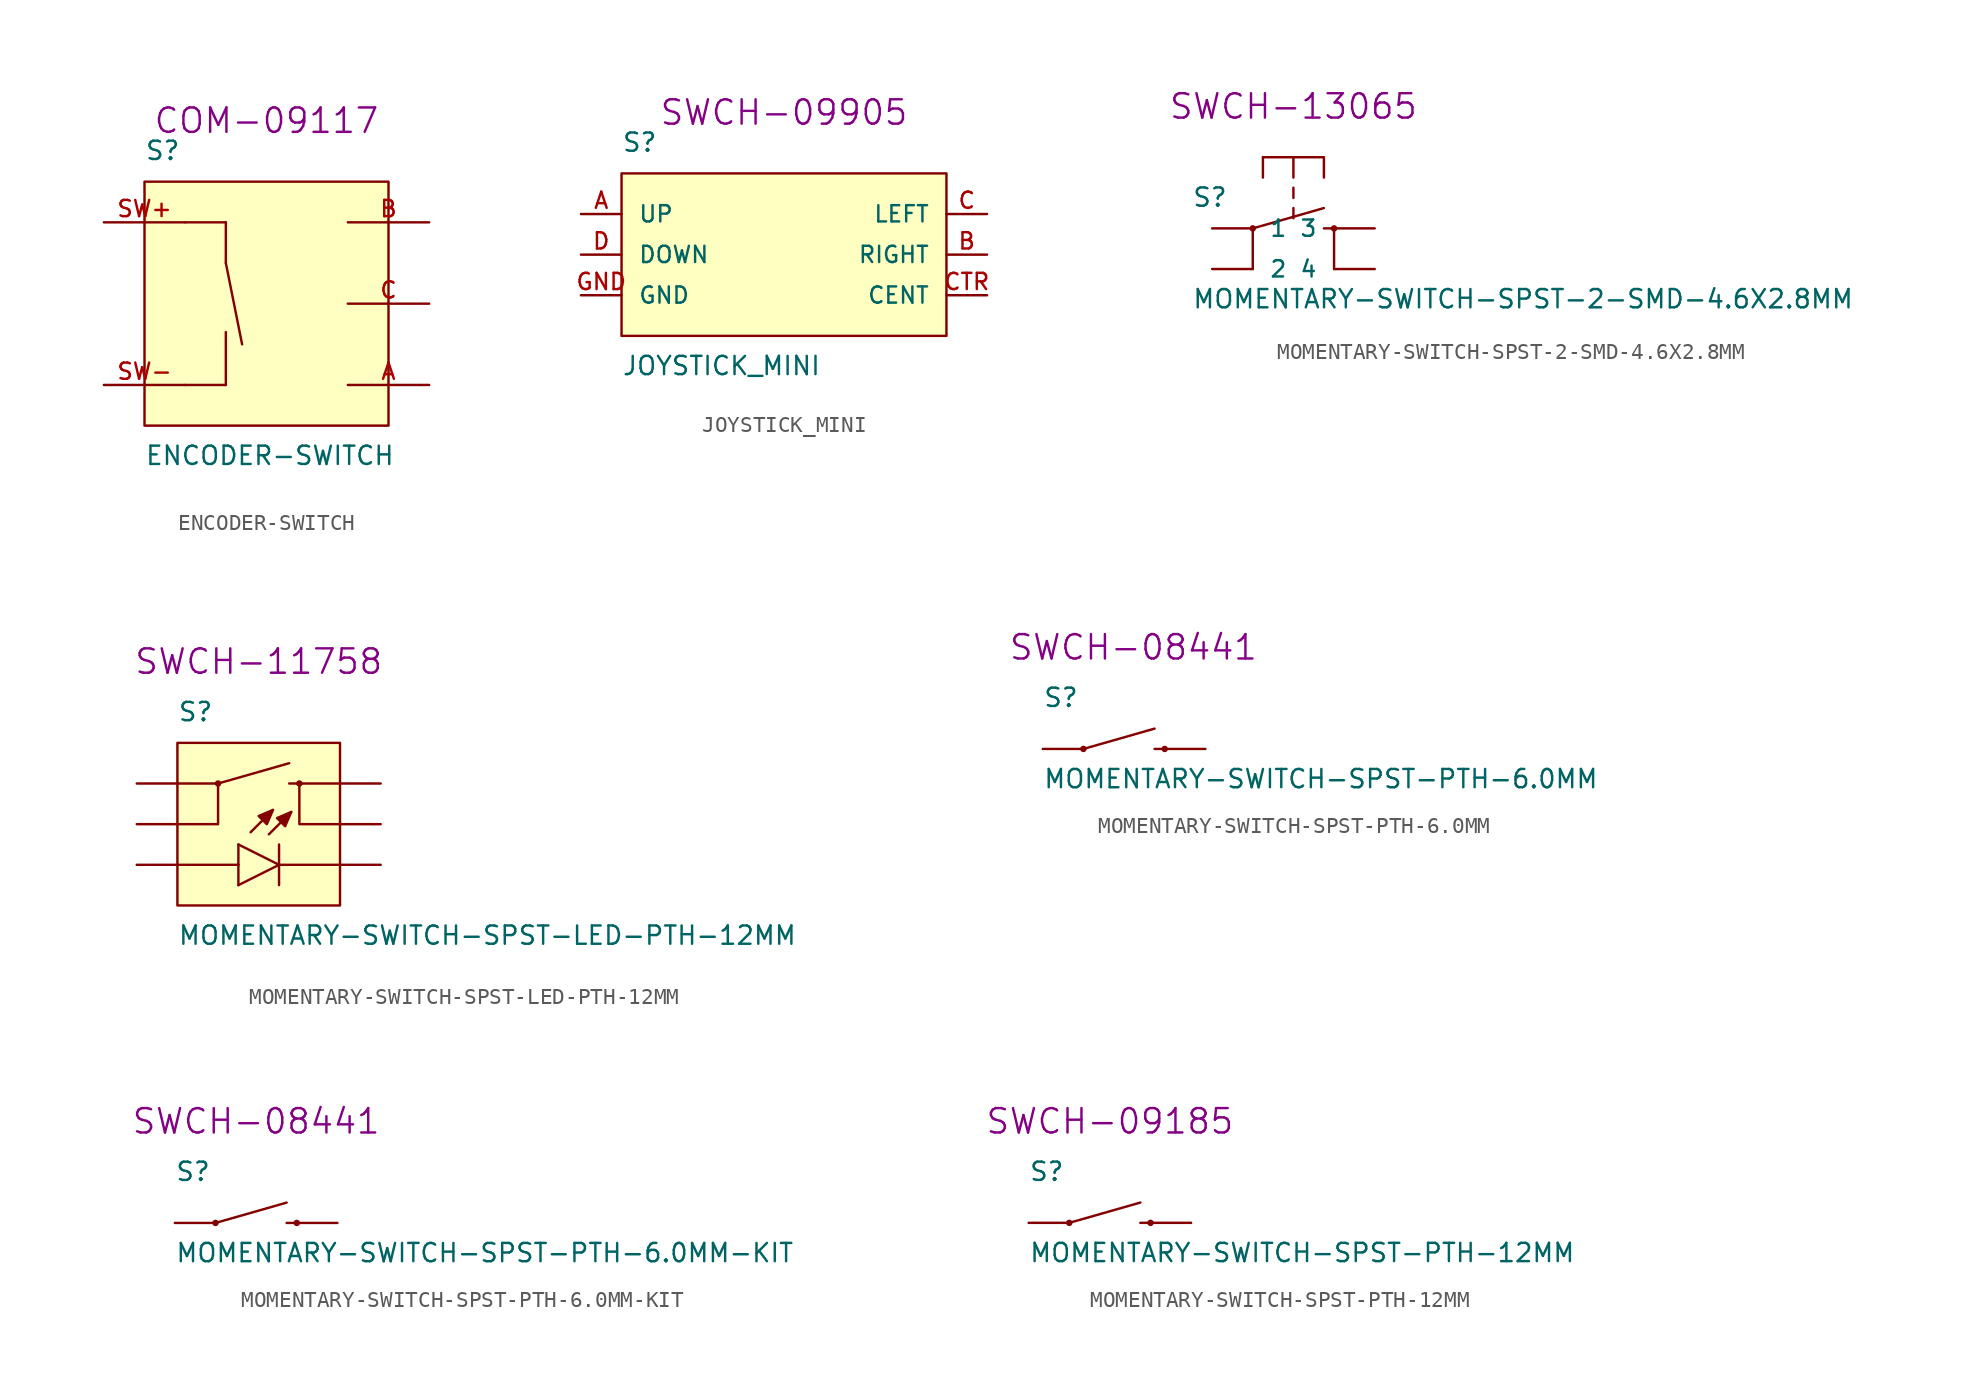
<source format=kicad_sym>
(kicad_symbol_lib
  (version 20211014)
  (generator kicad_symbol_editor)
  (symbol "ENCODER-SWITCH"
    (pin_names
      (offset 1.016) hide)
    (property "Reference" "S"
      (at -7.62 8.89 0)
      (effects (font (size 1.143 1.143)) (justify left bottom)))
    (property "Value" "ENCODER-SWITCH"
      (at -7.62 -10.16 0)
      (effects (font (size 1.143 1.143)) (justify left bottom)))
    (property "Field4" "COM-09117"
      (at 0 11.43 0)
      (effects (font (size 1.524 1.524))))
    (property "ki_locked" ""
      (at 0 0 0)
      (effects (font (size 1.27 1.27))))
    (symbol "ENCODER-SWITCH_1_0"
      (polyline (pts (xy -5.08 -5.08) (xy -2.54 -5.08)) (stroke (width 0) (type default) (color 0 0 0 0)) (fill (type none)))
      (polyline (pts (xy -5.08 5.08) (xy -2.54 5.08)) (stroke (width 0) (type default) (color 0 0 0 0)) (fill (type none)))
      (polyline (pts (xy -2.54 -5.08) (xy -2.54 -1.778)) (stroke (width 0) (type default) (color 0 0 0 0)) (fill (type none)))
      (polyline (pts (xy -2.54 2.54) (xy -1.524 -2.54)) (stroke (width 0) (type default) (color 0 0 0 0)) (fill (type none)))
      (polyline (pts (xy -2.54 5.08) (xy -2.54 2.54)) (stroke (width 0) (type default) (color 0 0 0 0)) (fill (type none))))
    (symbol "ENCODER-SWITCH_1_1"
      (polyline (pts (xy -7.62 7.62) (xy 7.62 7.62) (xy 7.62 -7.62) (xy -7.62 -7.62) (xy -7.62 7.62)) (stroke (width 0) (type default) (color 0 0 0 0)) (fill (type background)))
      (pin bidirectional line (at 10.16 -5.08 180) (length 5.08) (name "A" (effects (font (size 1.016 1.016)))) (number "A" (effects (font (size 1.016 1.016)))))
      (pin bidirectional line (at 10.16 5.08 180) (length 5.08) (name "B" (effects (font (size 1.016 1.016)))) (number "B" (effects (font (size 1.016 1.016)))))
      (pin bidirectional line (at 10.16 0 180) (length 5.08) (name "C" (effects (font (size 1.016 1.016)))) (number "C" (effects (font (size 1.016 1.016)))))
      (pin bidirectional line (at -10.16 5.08 0) (length 5.08) (name "SW+" (effects (font (size 1.016 1.016)))) (number "SW+" (effects (font (size 1.016 1.016)))))
      (pin bidirectional line (at -10.16 -5.08 0) (length 5.08) (name "SW-" (effects (font (size 1.016 1.016)))) (number "SW-" (effects (font (size 1.016 1.016)))))))
  (symbol "JOYSTICK_MINI"
    (pin_names
      (offset 1.016))
    (property "Reference" "S"
      (at -10.16 6.35 0)
      (effects (font (size 1.143 1.143)) (justify left bottom)))
    (property "Value" "JOYSTICK_MINI"
      (at -10.16 -7.62 0)
      (effects (font (size 1.143 1.143)) (justify left bottom)))
    (property "Field4" "SWCH-09905"
      (at 0 8.89 0)
      (effects (font (size 1.524 1.524))))
    (property "ki_locked" ""
      (at 0 0 0)
      (effects (font (size 1.27 1.27))))
    (symbol "JOYSTICK_MINI_1_1"
      (polyline (pts (xy -10.16 5.08) (xy 10.16 5.08) (xy 10.16 -5.08) (xy -10.16 -5.08) (xy -10.16 5.08)) (stroke (width 0) (type default) (color 0 0 0 0)) (fill (type background)))
      (pin bidirectional line (at -12.7 2.54 0) (length 2.54) (name "UP" (effects (font (size 1.016 1.016)))) (number "A" (effects (font (size 1.016 1.016)))))
      (pin bidirectional line (at 12.7 0 180) (length 2.54) (name "RIGHT" (effects (font (size 1.016 1.016)))) (number "B" (effects (font (size 1.016 1.016)))))
      (pin bidirectional line (at 12.7 2.54 180) (length 2.54) (name "LEFT" (effects (font (size 1.016 1.016)))) (number "C" (effects (font (size 1.016 1.016)))))
      (pin bidirectional line (at 12.7 -2.54 180) (length 2.54) (name "CENT" (effects (font (size 1.016 1.016)))) (number "CTR" (effects (font (size 1.016 1.016)))))
      (pin bidirectional line (at -12.7 0 0) (length 2.54) (name "DOWN" (effects (font (size 1.016 1.016)))) (number "D" (effects (font (size 1.016 1.016)))))
      (pin bidirectional line (at -12.7 -2.54 0) (length 2.54) (name "GND" (effects (font (size 1.016 1.016)))) (number "GND" (effects (font (size 1.016 1.016)))))))
  (symbol "MOMENTARY-SWITCH-SPST-2-SMD-4.6X2.8MM"
    (pin_numbers hide)
    (pin_names
      (offset 1.016))
    (property "Reference" "S"
      (at -6.35 1.27 0)
      (effects (font (size 1.143 1.143)) (justify left bottom)))
    (property "Value" "MOMENTARY-SWITCH-SPST-2-SMD-4.6X2.8MM"
      (at -6.35 -5.08 0)
      (effects (font (size 1.143 1.143)) (justify left bottom)))
    (property "Field4" "SWCH-13065"
      (at 0 7.62 0)
      (effects (font (size 1.524 1.524))))
    (property "ki_locked" ""
      (at 0 0 0)
      (effects (font (size 1.27 1.27))))
    (symbol "MOMENTARY-SWITCH-SPST-2-SMD-4.6X2.8MM_1_0"
      (polyline (pts (xy -2.54 -2.54) (xy -2.54 0)) (stroke (width 0) (type default) (color 0 0 0 0)) (fill (type none)))
      (polyline (pts (xy -2.54 0) (xy 1.905 1.27)) (stroke (width 0) (type default) (color 0 0 0 0)) (fill (type none)))
      (polyline (pts (xy -1.905 4.445) (xy -1.905 3.175)) (stroke (width 0) (type default) (color 0 0 0 0)) (fill (type none)))
      (polyline (pts (xy 0 1.27) (xy 0 0.635)) (stroke (width 0) (type default) (color 0 0 0 0)) (fill (type none)))
      (polyline (pts (xy 0 2.54) (xy 0 1.905)) (stroke (width 0) (type default) (color 0 0 0 0)) (fill (type none)))
      (polyline (pts (xy 0 4.445) (xy -1.905 4.445)) (stroke (width 0) (type default) (color 0 0 0 0)) (fill (type none)))
      (polyline (pts (xy 0 4.445) (xy 0 3.175)) (stroke (width 0) (type default) (color 0 0 0 0)) (fill (type none)))
      (polyline (pts (xy 1.905 0) (xy 2.54 0)) (stroke (width 0) (type default) (color 0 0 0 0)) (fill (type none)))
      (polyline (pts (xy 1.905 4.445) (xy 0 4.445)) (stroke (width 0) (type default) (color 0 0 0 0)) (fill (type none)))
      (polyline (pts (xy 1.905 4.445) (xy 1.905 3.175)) (stroke (width 0) (type default) (color 0 0 0 0)) (fill (type none)))
      (polyline (pts (xy 2.54 -2.54) (xy 2.54 0)) (stroke (width 0) (type default) (color 0 0 0 0)) (fill (type none))))
    (symbol "MOMENTARY-SWITCH-SPST-2-SMD-4.6X2.8MM_1_1"
      (circle (center -2.54 0) (radius 0.127) (stroke (width 0) (type default) (color 0 0 0 0)) (fill (type outline)))
      (circle (center 2.54 0) (radius 0.127) (stroke (width 0) (type default) (color 0 0 0 0)) (fill (type outline)))
      (pin passive line (at -5.08 0 0) (length 2.54) (name "1" (effects (font (size 1.016 1.016)))) (number "1" (effects (font (size 1.016 1.016)))))
      (pin passive line (at -5.08 -2.54 0) (length 2.54) (name "2" (effects (font (size 1.016 1.016)))) (number "2" (effects (font (size 1.016 1.016)))))
      (pin passive line (at 5.08 0 180) (length 2.54) (name "3" (effects (font (size 1.016 1.016)))) (number "3" (effects (font (size 1.016 1.016)))))
      (pin passive line (at 5.08 -2.54 180) (length 2.54) (name "4" (effects (font (size 1.016 1.016)))) (number "4" (effects (font (size 1.016 1.016)))))))
  (symbol "MOMENTARY-SWITCH-SPST-LED-PTH-12MM"
    (pin_numbers hide)
    (pin_names
      (offset 1.016) hide)
    (property "Reference" "S"
      (at -5.08 6.35 0)
      (effects (font (size 1.143 1.143)) (justify left bottom)))
    (property "Value" "MOMENTARY-SWITCH-SPST-LED-PTH-12MM"
      (at -5.08 -7.62 0)
      (effects (font (size 1.143 1.143)) (justify left bottom)))
    (property "Field4" "SWCH-11758"
      (at 0 10.16 0)
      (effects (font (size 1.524 1.524))))
    (property "ki_locked" ""
      (at 0 0 0)
      (effects (font (size 1.27 1.27))))
    (symbol "MOMENTARY-SWITCH-SPST-LED-PTH-12MM_1_0"
      (polyline (pts (xy -5.08 -2.54) (xy -1.27 -2.54)) (stroke (width 0) (type default) (color 0 0 0 0)) (fill (type none)))
      (polyline (pts (xy -5.08 2.54) (xy -2.54 2.54)) (stroke (width 0) (type default) (color 0 0 0 0)) (fill (type none)))
      (polyline (pts (xy -2.54 2.54) (xy 1.905 3.81)) (stroke (width 0) (type default) (color 0 0 0 0)) (fill (type none)))
      (polyline (pts (xy -1.27 -3.81) (xy -1.27 -2.54)) (stroke (width 0) (type default) (color 0 0 0 0)) (fill (type none)))
      (polyline (pts (xy -1.27 -3.81) (xy 1.27 -2.54)) (stroke (width 0) (type default) (color 0 0 0 0)) (fill (type none)))
      (polyline (pts (xy -1.27 -2.54) (xy -1.27 -1.27)) (stroke (width 0) (type default) (color 0 0 0 0)) (fill (type none)))
      (polyline (pts (xy -0.508 -0.508) (xy 0.889 0.889)) (stroke (width 0) (type default) (color 0 0 0 0)) (fill (type none)))
      (polyline (pts (xy 0.635 -0.635) (xy 2.032 0.762)) (stroke (width 0) (type default) (color 0 0 0 0)) (fill (type none)))
      (polyline (pts (xy 1.27 -3.81) (xy 1.27 -2.54)) (stroke (width 0) (type default) (color 0 0 0 0)) (fill (type none)))
      (polyline (pts (xy 1.27 -2.54) (xy -1.27 -1.27)) (stroke (width 0) (type default) (color 0 0 0 0)) (fill (type none)))
      (polyline (pts (xy 1.27 -2.54) (xy 1.27 -1.27)) (stroke (width 0) (type default) (color 0 0 0 0)) (fill (type none)))
      (polyline (pts (xy 1.27 -2.54) (xy 5.08 -2.54)) (stroke (width 0) (type default) (color 0 0 0 0)) (fill (type none)))
      (polyline (pts (xy 1.905 2.54) (xy 5.08 2.54)) (stroke (width 0) (type default) (color 0 0 0 0)) (fill (type none))))
    (symbol "MOMENTARY-SWITCH-SPST-LED-PTH-12MM_1_1"
      (circle (center -2.54 2.54) (radius 0.127) (stroke (width 0) (type default) (color 0 0 0 0)) (fill (type outline)))
      (polyline (pts (xy -5.08 0) (xy -2.54 0) (xy -2.54 2.54)) (stroke (width 0) (type default) (color 0 0 0 0)) (fill (type none)))
      (polyline (pts (xy 2.54 2.54) (xy 2.54 0) (xy 5.08 0) (xy 4.445 0)) (stroke (width 0) (type default) (color 0 0 0 0)) (fill (type none)))
      (polyline (pts (xy 0.889 0.889) (xy 0 0.508) (xy 0 0.508) (xy 0.508 0) (xy 0.508 0) (xy 0.889 0.889)) (stroke (width 0) (type default) (color 0 0 0 0)) (fill (type outline)))
      (polyline (pts (xy 2.032 0.762) (xy 1.143 0.381) (xy 1.143 0.381) (xy 1.651 -0.127) (xy 1.651 -0.127) (xy 2.032 0.762)) (stroke (width 0) (type default) (color 0 0 0 0)) (fill (type outline)))
      (polyline (pts (xy -5.08 5.08) (xy -5.08 2.54) (xy -5.08 -2.54) (xy -5.08 -5.08) (xy 5.08 -5.08) (xy 5.08 -2.54) (xy 5.08 2.54) (xy 5.08 5.08) (xy -5.08 5.08)) (stroke (width 0) (type default) (color 0 0 0 0)) (fill (type background)))
      (circle (center 2.54 2.54) (radius 0.127) (stroke (width 0) (type default) (color 0 0 0 0)) (fill (type outline)))
      (pin passive line (at 7.62 2.54 180) (length 2.54) (name "1" (effects (font (size 1.016 1.016)))) (number "1" (effects (font (size 1.016 1.016)))))
      (pin passive line (at 7.62 0 180) (length 2.54) (name "2" (effects (font (size 1.016 1.016)))) (number "2" (effects (font (size 1.016 1.016)))))
      (pin passive line (at -7.62 2.54 0) (length 2.54) (name "3" (effects (font (size 1.016 1.016)))) (number "3" (effects (font (size 1.016 1.016)))))
      (pin passive line (at -7.62 0 0) (length 2.54) (name "1" (effects (font (size 1.016 1.016)))) (number "4" (effects (font (size 1.016 1.016)))))
      (pin passive line (at -7.62 -2.54 0) (length 2.54) (name "A" (effects (font (size 1.016 1.016)))) (number "A" (effects (font (size 1.016 1.016)))))
      (pin passive line (at 7.62 -2.54 180) (length 2.54) (name "C" (effects (font (size 1.016 1.016)))) (number "C" (effects (font (size 1.016 1.016)))))))
  (symbol "MOMENTARY-SWITCH-SPST-PTH-6.0MM"
    (pin_numbers hide)
    (pin_names
      (offset 1.016) hide)
    (property "Reference" "S"
      (at -5.08 2.54 0)
      (effects (font (size 1.143 1.143)) (justify left bottom)))
    (property "Value" "MOMENTARY-SWITCH-SPST-PTH-6.0MM"
      (at -5.08 -2.54 0)
      (effects (font (size 1.143 1.143)) (justify left bottom)))
    (property "Field4" " SWCH-08441"
      (at 0 6.35 0)
      (effects (font (size 1.524 1.524))))
    (property "ki_locked" ""
      (at 0 0 0)
      (effects (font (size 1.27 1.27))))
    (symbol "MOMENTARY-SWITCH-SPST-PTH-6.0MM_1_0"
      (polyline (pts (xy -2.54 0) (xy 1.905 1.27)) (stroke (width 0) (type default) (color 0 0 0 0)) (fill (type none)))
      (polyline (pts (xy 1.905 0) (xy 2.54 0)) (stroke (width 0) (type default) (color 0 0 0 0)) (fill (type none))))
    (symbol "MOMENTARY-SWITCH-SPST-PTH-6.0MM_1_1"
      (circle (center -2.54 0) (radius 0.127) (stroke (width 0) (type default) (color 0 0 0 0)) (fill (type outline)))
      (circle (center 2.54 0) (radius 0.127) (stroke (width 0) (type default) (color 0 0 0 0)) (fill (type outline)))
      (pin passive line (at -5.08 0 0) (length 2.54) (name "1" (effects (font (size 1.016 1.016)))) (number "1" (effects (font (size 1.016 1.016)))))
      (pin passive line (at 5.08 0 180) (length 2.54) (name "2" (effects (font (size 1.016 1.016)))) (number "3" (effects (font (size 1.016 1.016)))))))
  (symbol "MOMENTARY-SWITCH-SPST-PTH-6.0MM-KIT"
    (pin_numbers hide)
    (pin_names
      (offset 1.016) hide)
    (property "Reference" "S"
      (at -5.08 2.54 0)
      (effects (font (size 1.143 1.143)) (justify left bottom)))
    (property "Value" "MOMENTARY-SWITCH-SPST-PTH-6.0MM-KIT"
      (at -5.08 -2.54 0)
      (effects (font (size 1.143 1.143)) (justify left bottom)))
    (property "Field4" "SWCH-08441"
      (at 0 6.35 0)
      (effects (font (size 1.524 1.524))))
    (property "ki_locked" ""
      (at 0 0 0)
      (effects (font (size 1.27 1.27))))
    (symbol "MOMENTARY-SWITCH-SPST-PTH-6.0MM-KIT_1_0"
      (polyline (pts (xy -2.54 0) (xy 1.905 1.27)) (stroke (width 0) (type default) (color 0 0 0 0)) (fill (type none)))
      (polyline (pts (xy 1.905 0) (xy 2.54 0)) (stroke (width 0) (type default) (color 0 0 0 0)) (fill (type none))))
    (symbol "MOMENTARY-SWITCH-SPST-PTH-6.0MM-KIT_1_1"
      (circle (center -2.54 0) (radius 0.127) (stroke (width 0) (type default) (color 0 0 0 0)) (fill (type outline)))
      (circle (center 2.54 0) (radius 0.127) (stroke (width 0) (type default) (color 0 0 0 0)) (fill (type outline)))
      (pin passive line (at -5.08 0 0) (length 2.54) (name "1" (effects (font (size 1.016 1.016)))) (number "1" (effects (font (size 1.016 1.016)))))
      (pin passive line (at 5.08 0 180) (length 2.54) (name "2" (effects (font (size 1.016 1.016)))) (number "3" (effects (font (size 1.016 1.016)))))))
  (symbol "MOMENTARY-SWITCH-SPST-PTH-12MM"
    (pin_numbers hide)
    (pin_names
      (offset 1.016) hide)
    (property "Reference" "S"
      (at -5.08 2.54 0)
      (effects (font (size 1.143 1.143)) (justify left bottom)))
    (property "Value" "MOMENTARY-SWITCH-SPST-PTH-12MM"
      (at -5.08 -2.54 0)
      (effects (font (size 1.143 1.143)) (justify left bottom)))
    (property "Field4" "SWCH-09185"
      (at 0 6.35 0)
      (effects (font (size 1.524 1.524))))
    (property "ki_locked" ""
      (at 0 0 0)
      (effects (font (size 1.27 1.27))))
    (symbol "MOMENTARY-SWITCH-SPST-PTH-12MM_1_0"
      (polyline (pts (xy -2.54 0) (xy 1.905 1.27)) (stroke (width 0) (type default) (color 0 0 0 0)) (fill (type none)))
      (polyline (pts (xy 1.905 0) (xy 2.54 0)) (stroke (width 0) (type default) (color 0 0 0 0)) (fill (type none))))
    (symbol "MOMENTARY-SWITCH-SPST-PTH-12MM_1_1"
      (circle (center -2.54 0) (radius 0.127) (stroke (width 0) (type default) (color 0 0 0 0)) (fill (type outline)))
      (circle (center 2.54 0) (radius 0.127) (stroke (width 0) (type default) (color 0 0 0 0)) (fill (type outline)))
      (pin passive line (at -5.08 0 0) (length 2.54) (name "1" (effects (font (size 1.016 1.016)))) (number "1" (effects (font (size 1.016 1.016)))))
      (pin passive line (at 5.08 0 180) (length 2.54) (name "2" (effects (font (size 1.016 1.016)))) (number "3" (effects (font (size 1.016 1.016))))))))
</source>
